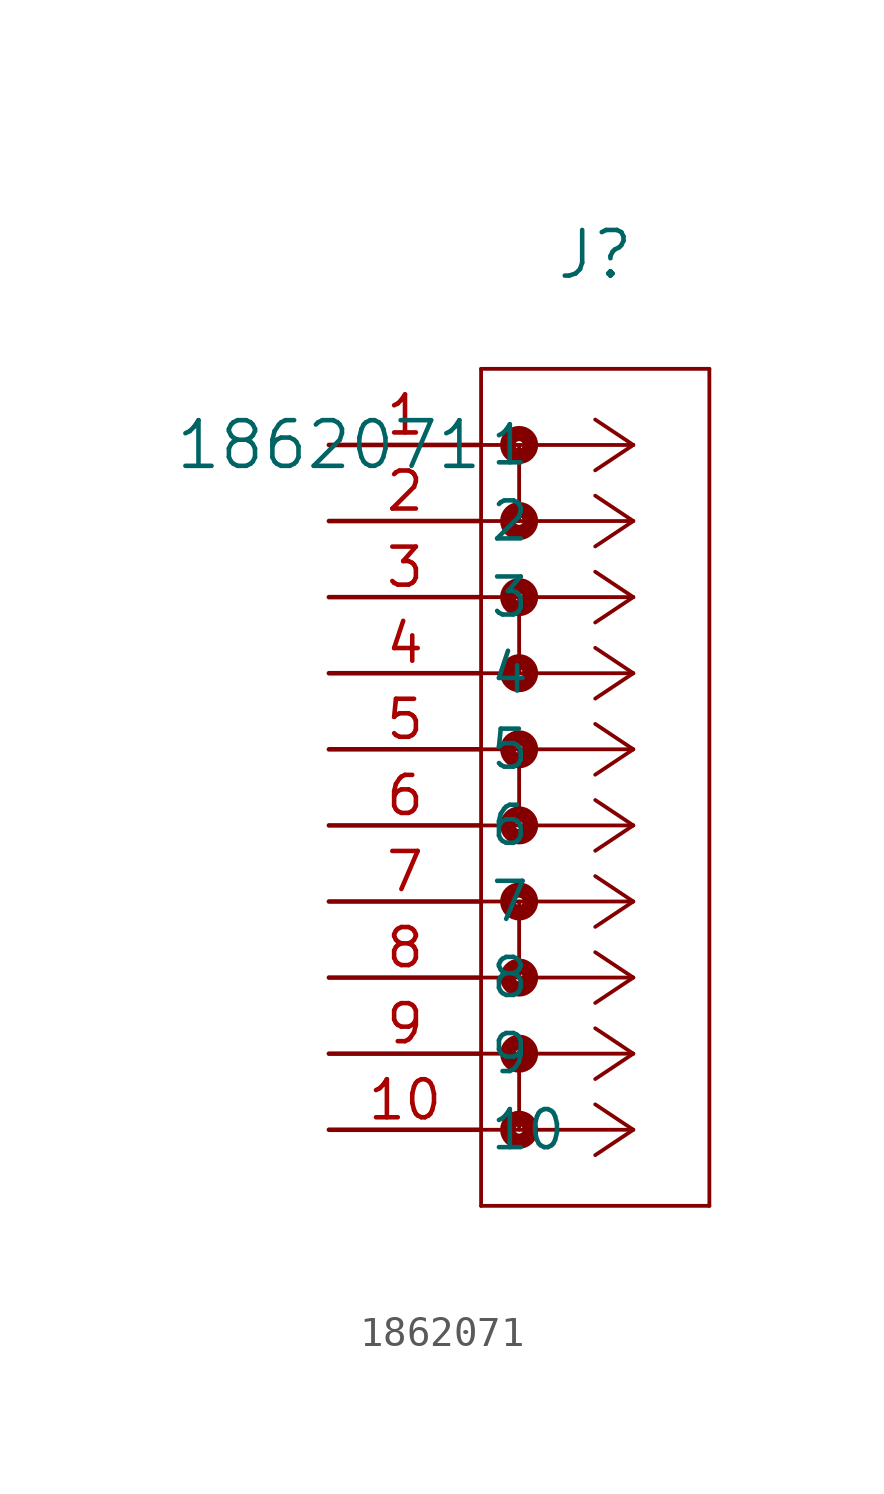
<source format=kicad_sym>
(kicad_symbol_lib
  (version 20211014)
  (generator kicad_symbol_editor)
  (symbol "1862071"
    (pin_names
      (offset 0.254))
    (property "Reference" "J"
      (at 8.89 6.35 0)
      (effects (font (size 1.524 1.524))))
    (property "Value" "1862071"
      (at 0 0 0)
      (effects (font (size 1.524 1.524))))
    (symbol "1862071_0_1"
      (polyline (pts (xy 10.16 -10.16) (xy 5.08 -10.16)) (stroke (width 0.127) (type default) (color 0 0 0 0)) (fill (type none)))
      (polyline (pts (xy 10.16 -12.7) (xy 5.08 -12.7)) (stroke (width 0.127) (type default) (color 0 0 0 0)) (fill (type none)))
      (polyline (pts (xy 10.16 -10.16) (xy 8.89 -9.313)) (stroke (width 0.127) (type default) (color 0 0 0 0)) (fill (type none)))
      (polyline (pts (xy 10.16 -12.7) (xy 8.89 -11.853)) (stroke (width 0.127) (type default) (color 0 0 0 0)) (fill (type none)))
      (polyline (pts (xy 10.16 -10.16) (xy 8.89 -11.007)) (stroke (width 0.127) (type default) (color 0 0 0 0)) (fill (type none)))
      (polyline (pts (xy 10.16 -12.7) (xy 8.89 -13.547)) (stroke (width 0.127) (type default) (color 0 0 0 0)) (fill (type none)))
      (circle (center 6.35 -10.16) (radius 0.127) (stroke (width 0.508) (type default) (color 0 0 0 0)) (fill (type none)))
      (circle (center 6.35 -12.7) (radius 0.127) (stroke (width 0.508) (type default) (color 0 0 0 0)) (fill (type none)))
      (polyline (pts (xy 6.35 -10.16) (xy 6.35 -12.7)) (stroke (width 0.127) (type default) (color 0 0 0 0)) (fill (type none)))
      (polyline (pts (xy 10.16 -5.08) (xy 5.08 -5.08)) (stroke (width 0.127) (type default) (color 0 0 0 0)) (fill (type none)))
      (polyline (pts (xy 10.16 -7.62) (xy 5.08 -7.62)) (stroke (width 0.127) (type default) (color 0 0 0 0)) (fill (type none)))
      (polyline (pts (xy 10.16 -5.08) (xy 8.89 -4.233)) (stroke (width 0.127) (type default) (color 0 0 0 0)) (fill (type none)))
      (polyline (pts (xy 10.16 -7.62) (xy 8.89 -6.773)) (stroke (width 0.127) (type default) (color 0 0 0 0)) (fill (type none)))
      (polyline (pts (xy 10.16 -5.08) (xy 8.89 -5.927)) (stroke (width 0.127) (type default) (color 0 0 0 0)) (fill (type none)))
      (polyline (pts (xy 10.16 -7.62) (xy 8.89 -8.467)) (stroke (width 0.127) (type default) (color 0 0 0 0)) (fill (type none)))
      (circle (center 6.35 -5.08) (radius 0.127) (stroke (width 0.508) (type default) (color 0 0 0 0)) (fill (type none)))
      (circle (center 6.35 -7.62) (radius 0.127) (stroke (width 0.508) (type default) (color 0 0 0 0)) (fill (type none)))
      (polyline (pts (xy 6.35 -5.08) (xy 6.35 -7.62)) (stroke (width 0.127) (type default) (color 0 0 0 0)) (fill (type none)))
      (polyline (pts (xy 10.16 0) (xy 5.08 0)) (stroke (width 0.127) (type default) (color 0 0 0 0)) (fill (type none)))
      (polyline (pts (xy 10.16 -2.54) (xy 5.08 -2.54)) (stroke (width 0.127) (type default) (color 0 0 0 0)) (fill (type none)))
      (polyline (pts (xy 10.16 0) (xy 8.89 0.847)) (stroke (width 0.127) (type default) (color 0 0 0 0)) (fill (type none)))
      (polyline (pts (xy 10.16 -2.54) (xy 8.89 -1.693)) (stroke (width 0.127) (type default) (color 0 0 0 0)) (fill (type none)))
      (polyline (pts (xy 10.16 0) (xy 8.89 -0.847)) (stroke (width 0.127) (type default) (color 0 0 0 0)) (fill (type none)))
      (polyline (pts (xy 10.16 -2.54) (xy 8.89 -3.387)) (stroke (width 0.127) (type default) (color 0 0 0 0)) (fill (type none)))
      (circle (center 6.35 0) (radius 0.127) (stroke (width 0.508) (type default) (color 0 0 0 0)) (fill (type none)))
      (circle (center 6.35 -2.54) (radius 0.127) (stroke (width 0.508) (type default) (color 0 0 0 0)) (fill (type none)))
      (polyline (pts (xy 6.35 0) (xy 6.35 -2.54)) (stroke (width 0.127) (type default) (color 0 0 0 0)) (fill (type none)))
      (polyline (pts (xy 10.16 -15.24) (xy 5.08 -15.24)) (stroke (width 0.127) (type default) (color 0 0 0 0)) (fill (type none)))
      (polyline (pts (xy 10.16 -17.78) (xy 5.08 -17.78)) (stroke (width 0.127) (type default) (color 0 0 0 0)) (fill (type none)))
      (polyline (pts (xy 10.16 -15.24) (xy 8.89 -14.393)) (stroke (width 0.127) (type default) (color 0 0 0 0)) (fill (type none)))
      (polyline (pts (xy 5.08 2.54) (xy 5.08 -25.4)) (stroke (width 0.127) (type default) (color 0 0 0 0)) (fill (type none)))
      (polyline (pts (xy 5.08 -25.4) (xy 12.7 -25.4)) (stroke (width 0.127) (type default) (color 0 0 0 0)) (fill (type none)))
      (polyline (pts (xy 12.7 -25.4) (xy 12.7 2.54)) (stroke (width 0.127) (type default) (color 0 0 0 0)) (fill (type none)))
      (polyline (pts (xy 12.7 2.54) (xy 5.08 2.54)) (stroke (width 0.127) (type default) (color 0 0 0 0)) (fill (type none)))
      (polyline (pts (xy 10.16 -17.78) (xy 8.89 -16.933)) (stroke (width 0.127) (type default) (color 0 0 0 0)) (fill (type none)))
      (polyline (pts (xy 10.16 -15.24) (xy 8.89 -16.087)) (stroke (width 0.127) (type default) (color 0 0 0 0)) (fill (type none)))
      (polyline (pts (xy 10.16 -17.78) (xy 8.89 -18.627)) (stroke (width 0.127) (type default) (color 0 0 0 0)) (fill (type none)))
      (circle (center 6.35 -15.24) (radius 0.127) (stroke (width 0.508) (type default) (color 0 0 0 0)) (fill (type none)))
      (circle (center 6.35 -17.78) (radius 0.127) (stroke (width 0.508) (type default) (color 0 0 0 0)) (fill (type none)))
      (polyline (pts (xy 6.35 -15.24) (xy 6.35 -17.78)) (stroke (width 0.127) (type default) (color 0 0 0 0)) (fill (type none)))
      (polyline (pts (xy 10.16 -20.32) (xy 5.08 -20.32)) (stroke (width 0.127) (type default) (color 0 0 0 0)) (fill (type none)))
      (polyline (pts (xy 10.16 -22.86) (xy 5.08 -22.86)) (stroke (width 0.127) (type default) (color 0 0 0 0)) (fill (type none)))
      (polyline (pts (xy 10.16 -20.32) (xy 8.89 -19.473)) (stroke (width 0.127) (type default) (color 0 0 0 0)) (fill (type none)))
      (polyline (pts (xy 10.16 -22.86) (xy 8.89 -22.013)) (stroke (width 0.127) (type default) (color 0 0 0 0)) (fill (type none)))
      (polyline (pts (xy 10.16 -20.32) (xy 8.89 -21.167)) (stroke (width 0.127) (type default) (color 0 0 0 0)) (fill (type none)))
      (polyline (pts (xy 10.16 -22.86) (xy 8.89 -23.707)) (stroke (width 0.127) (type default) (color 0 0 0 0)) (fill (type none)))
      (circle (center 6.35 -20.32) (radius 0.127) (stroke (width 0.508) (type default) (color 0 0 0 0)) (fill (type none)))
      (circle (center 6.35 -22.86) (radius 0.127) (stroke (width 0.508) (type default) (color 0 0 0 0)) (fill (type none)))
      (polyline (pts (xy 6.35 -20.32) (xy 6.35 -22.86)) (stroke (width 0.127) (type default) (color 0 0 0 0)) (fill (type none)))
      (pin unspecified line (at 0 0 0) (length 5.08) (name "1" (effects (font (size 1.27 1.27)))) (number "1" (effects (font (size 1.27 1.27)))))
      (pin unspecified line (at 0 -2.54 0) (length 5.08) (name "2" (effects (font (size 1.27 1.27)))) (number "2" (effects (font (size 1.27 1.27)))))
      (pin unspecified line (at 0 -5.08 0) (length 5.08) (name "3" (effects (font (size 1.27 1.27)))) (number "3" (effects (font (size 1.27 1.27)))))
      (pin unspecified line (at 0 -7.62 0) (length 5.08) (name "4" (effects (font (size 1.27 1.27)))) (number "4" (effects (font (size 1.27 1.27)))))
      (pin unspecified line (at 0 -10.16 0) (length 5.08) (name "5" (effects (font (size 1.27 1.27)))) (number "5" (effects (font (size 1.27 1.27)))))
      (pin unspecified line (at 0 -12.7 0) (length 5.08) (name "6" (effects (font (size 1.27 1.27)))) (number "6" (effects (font (size 1.27 1.27)))))
      (pin unspecified line (at 0 -15.24 0) (length 5.08) (name "7" (effects (font (size 1.27 1.27)))) (number "7" (effects (font (size 1.27 1.27)))))
      (pin unspecified line (at 0 -17.78 0) (length 5.08) (name "8" (effects (font (size 1.27 1.27)))) (number "8" (effects (font (size 1.27 1.27)))))
      (pin unspecified line (at 0 -20.32 0) (length 5.08) (name "9" (effects (font (size 1.27 1.27)))) (number "9" (effects (font (size 1.27 1.27)))))
      (pin unspecified line (at 0 -22.86 0) (length 5.08) (name "10" (effects (font (size 1.27 1.27)))) (number "10" (effects (font (size 1.27 1.27))))))))
</source>
